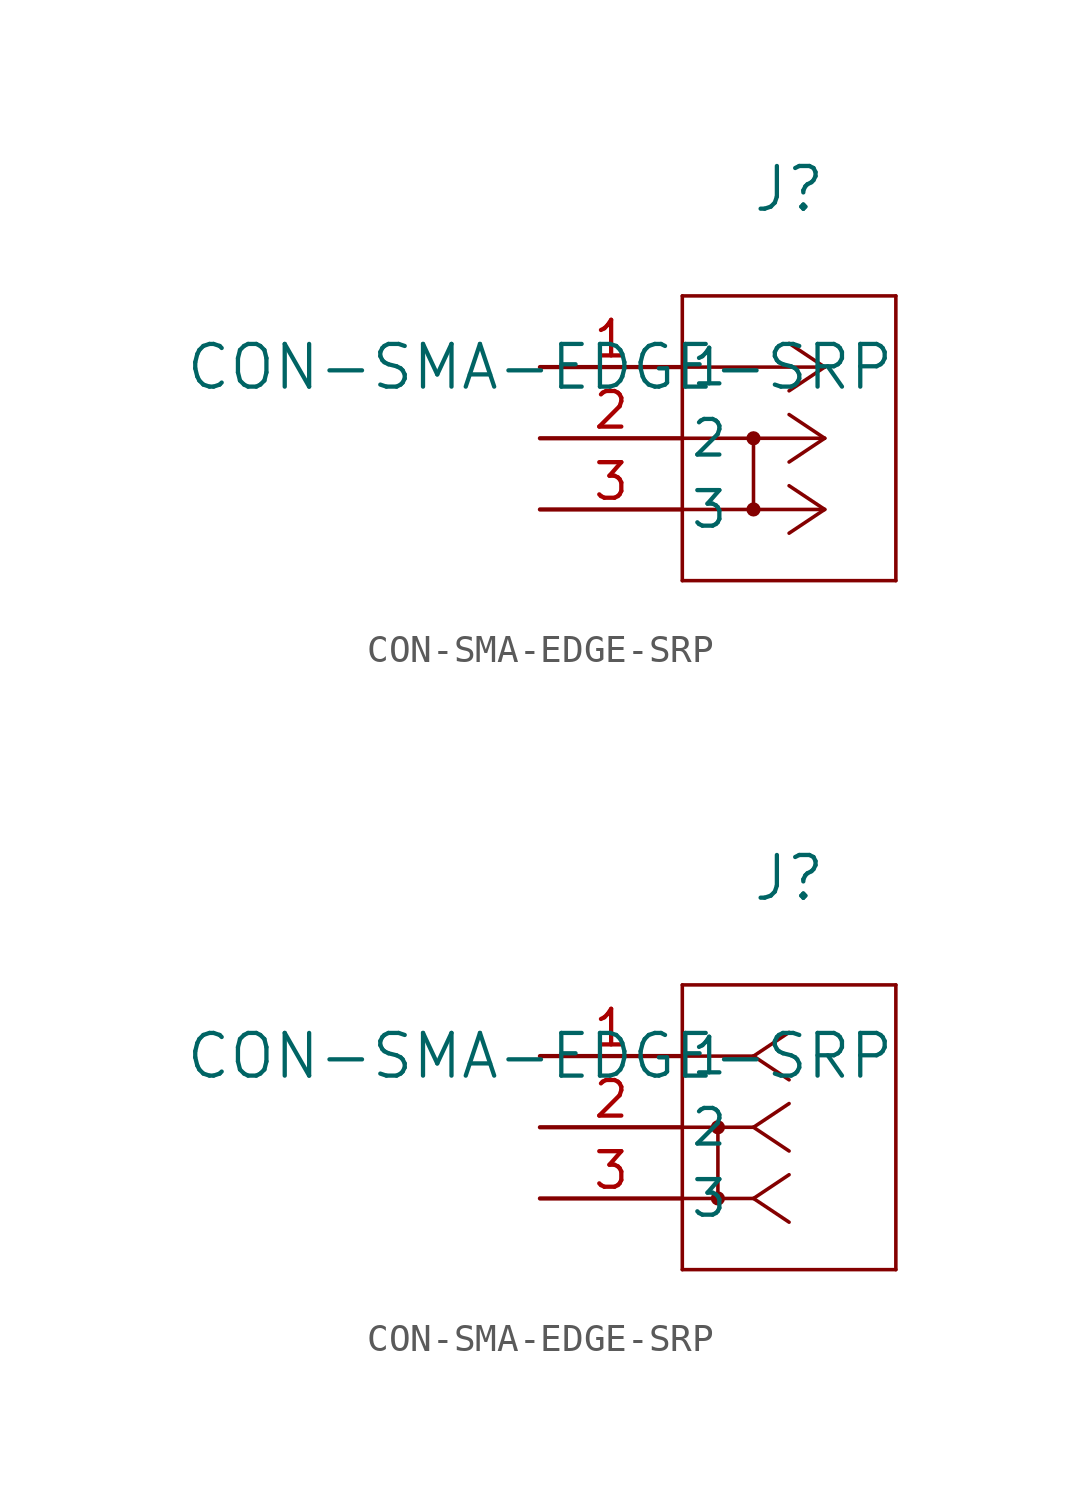
<source format=kicad_sym>
(kicad_symbol_lib
  (version 20211014)
  (generator kicad_symbol_editor)
  (symbol "CON-SMA-EDGE-SRP"
    (pin_names
      (offset 0.254))
    (property "Reference" "J"
      (at 8.89 6.35 0)
      (effects (font (size 1.524 1.524))))
    (property "Value" "CON-SMA-EDGE-SRP"
      (at 0 0 0)
      (effects (font (size 1.524 1.524))))
    (symbol "CON-SMA-EDGE-SRP_1_1"
      (polyline (pts (xy 10.16 0) (xy 5.08 0)) (stroke (width 0.127) (type default) (color 0 0 0 0)) (fill (type none)))
      (polyline (pts (xy 10.16 -2.54) (xy 5.08 -2.54)) (stroke (width 0.127) (type default) (color 0 0 0 0)) (fill (type none)))
      (polyline (pts (xy 10.16 -5.08) (xy 5.08 -5.08)) (stroke (width 0.127) (type default) (color 0 0 0 0)) (fill (type none)))
      (polyline (pts (xy 10.16 0) (xy 8.89 0.847)) (stroke (width 0.127) (type default) (color 0 0 0 0)) (fill (type none)))
      (polyline (pts (xy 10.16 -2.54) (xy 8.89 -1.693)) (stroke (width 0.127) (type default) (color 0 0 0 0)) (fill (type none)))
      (polyline (pts (xy 10.16 -5.08) (xy 8.89 -4.233)) (stroke (width 0.127) (type default) (color 0 0 0 0)) (fill (type none)))
      (polyline (pts (xy 10.16 0) (xy 8.89 -0.847)) (stroke (width 0.127) (type default) (color 0 0 0 0)) (fill (type none)))
      (polyline (pts (xy 10.16 -2.54) (xy 8.89 -3.387)) (stroke (width 0.127) (type default) (color 0 0 0 0)) (fill (type none)))
      (polyline (pts (xy 10.16 -5.08) (xy 8.89 -5.927)) (stroke (width 0.127) (type default) (color 0 0 0 0)) (fill (type none)))
      (polyline (pts (xy 5.08 2.54) (xy 5.08 -7.62)) (stroke (width 0.127) (type default) (color 0 0 0 0)) (fill (type none)))
      (polyline (pts (xy 5.08 -7.62) (xy 12.7 -7.62)) (stroke (width 0.127) (type default) (color 0 0 0 0)) (fill (type none)))
      (polyline (pts (xy 12.7 -7.62) (xy 12.7 2.54)) (stroke (width 0.127) (type default) (color 0 0 0 0)) (fill (type none)))
      (polyline (pts (xy 12.7 2.54) (xy 5.08 2.54)) (stroke (width 0.127) (type default) (color 0 0 0 0)) (fill (type none)))
      (polyline (pts (xy 7.62 -2.54) (xy 7.62 -5.08)) (stroke (width 0.127) (type default) (color 0 0 0 0)) (fill (type none)))
      (circle (center 7.62 -2.54) (radius 0.127) (stroke (width 0.254) (type default) (color 0 0 0 0)) (fill (type none)))
      (circle (center 7.62 -5.08) (radius 0.127) (stroke (width 0.254) (type default) (color 0 0 0 0)) (fill (type none)))
      (pin unspecified line (at 0 0 0) (length 5.08) (name "1" (effects (font (size 1.27 1.27)))) (number "1" (effects (font (size 1.27 1.27)))))
      (pin unspecified line (at 0 -2.54 0) (length 5.08) (name "2" (effects (font (size 1.27 1.27)))) (number "2" (effects (font (size 1.27 1.27)))))
      (pin unspecified line (at 0 -5.08 0) (length 5.08) (name "3" (effects (font (size 1.27 1.27)))) (number "3" (effects (font (size 1.27 1.27))))))
    (symbol "CON-SMA-EDGE-SRP_1_2"
      (polyline (pts (xy 7.62 0) (xy 5.08 0)) (stroke (width 0.127) (type default) (color 0 0 0 0)) (fill (type none)))
      (polyline (pts (xy 7.62 -2.54) (xy 5.08 -2.54)) (stroke (width 0.127) (type default) (color 0 0 0 0)) (fill (type none)))
      (polyline (pts (xy 7.62 -5.08) (xy 5.08 -5.08)) (stroke (width 0.127) (type default) (color 0 0 0 0)) (fill (type none)))
      (polyline (pts (xy 7.62 0) (xy 8.89 0.847)) (stroke (width 0.127) (type default) (color 0 0 0 0)) (fill (type none)))
      (polyline (pts (xy 7.62 -2.54) (xy 8.89 -1.693)) (stroke (width 0.127) (type default) (color 0 0 0 0)) (fill (type none)))
      (polyline (pts (xy 7.62 -5.08) (xy 8.89 -4.233)) (stroke (width 0.127) (type default) (color 0 0 0 0)) (fill (type none)))
      (polyline (pts (xy 7.62 0) (xy 8.89 -0.847)) (stroke (width 0.127) (type default) (color 0 0 0 0)) (fill (type none)))
      (polyline (pts (xy 7.62 -2.54) (xy 8.89 -3.387)) (stroke (width 0.127) (type default) (color 0 0 0 0)) (fill (type none)))
      (polyline (pts (xy 7.62 -5.08) (xy 8.89 -5.927)) (stroke (width 0.127) (type default) (color 0 0 0 0)) (fill (type none)))
      (polyline (pts (xy 5.08 2.54) (xy 5.08 -7.62)) (stroke (width 0.127) (type default) (color 0 0 0 0)) (fill (type none)))
      (polyline (pts (xy 5.08 -7.62) (xy 12.7 -7.62)) (stroke (width 0.127) (type default) (color 0 0 0 0)) (fill (type none)))
      (polyline (pts (xy 12.7 -7.62) (xy 12.7 2.54)) (stroke (width 0.127) (type default) (color 0 0 0 0)) (fill (type none)))
      (polyline (pts (xy 12.7 2.54) (xy 5.08 2.54)) (stroke (width 0.127) (type default) (color 0 0 0 0)) (fill (type none)))
      (polyline (pts (xy 6.35 -2.54) (xy 6.35 -5.08)) (stroke (width 0.127) (type default) (color 0 0 0 0)) (fill (type none)))
      (circle (center 6.35 -2.54) (radius 0.127) (stroke (width 0.254) (type default) (color 0 0 0 0)) (fill (type none)))
      (circle (center 6.35 -5.08) (radius 0.127) (stroke (width 0.254) (type default) (color 0 0 0 0)) (fill (type none)))
      (pin unspecified line (at 0 0 0) (length 5.08) (name "1" (effects (font (size 1.27 1.27)))) (number "1" (effects (font (size 1.27 1.27)))))
      (pin unspecified line (at 0 -2.54 0) (length 5.08) (name "2" (effects (font (size 1.27 1.27)))) (number "2" (effects (font (size 1.27 1.27)))))
      (pin unspecified line (at 0 -5.08 0) (length 5.08) (name "3" (effects (font (size 1.27 1.27)))) (number "3" (effects (font (size 1.27 1.27))))))))
</source>
